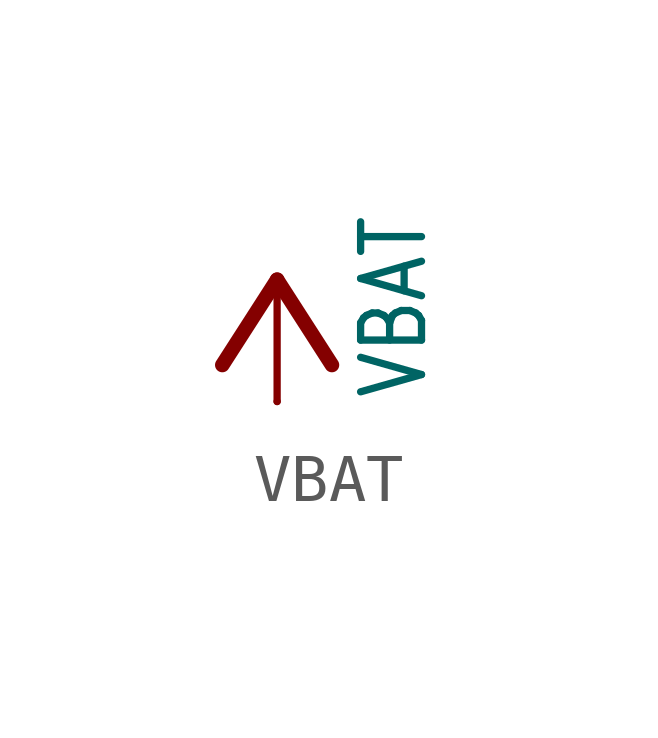
<source format=kicad_sym>
(kicad_symbol_lib
  (version 20201005)
  (generator kicad_symbol_editor)
  (symbol "VBAT"
    (power)
    (property "Reference" ""
      (at 0 0 0)
      (effects (font (size 1.27 1.27)) hide))
    (property "Value" "VBAT"
      (at 3.175 0 90)
      (effects (font (size 1.27 1.079)) (justify left bottom)))
    (property "ki_locked" ""
      (at 0 0 0)
      (effects (font (size 1.27 1.27))))
    (symbol "VBAT_1_0"
      (polyline (pts (xy 0 0) (xy 0 2.54)) (stroke (width 0.152)) (fill (type none)))
      (polyline (pts (xy 0 2.54) (xy -1.143 0.762)) (stroke (width 0.305)) (fill (type none)))
      (polyline (pts (xy 0 2.54) (xy 1.143 0.762)) (stroke (width 0.305)) (fill (type none)))
      (pin power_in line (at 0 0 0) (length 0) (name "VBAT" (effects (font (size 0 0)))) (number "1" (effects (font (size 0 0))))))))
</source>
